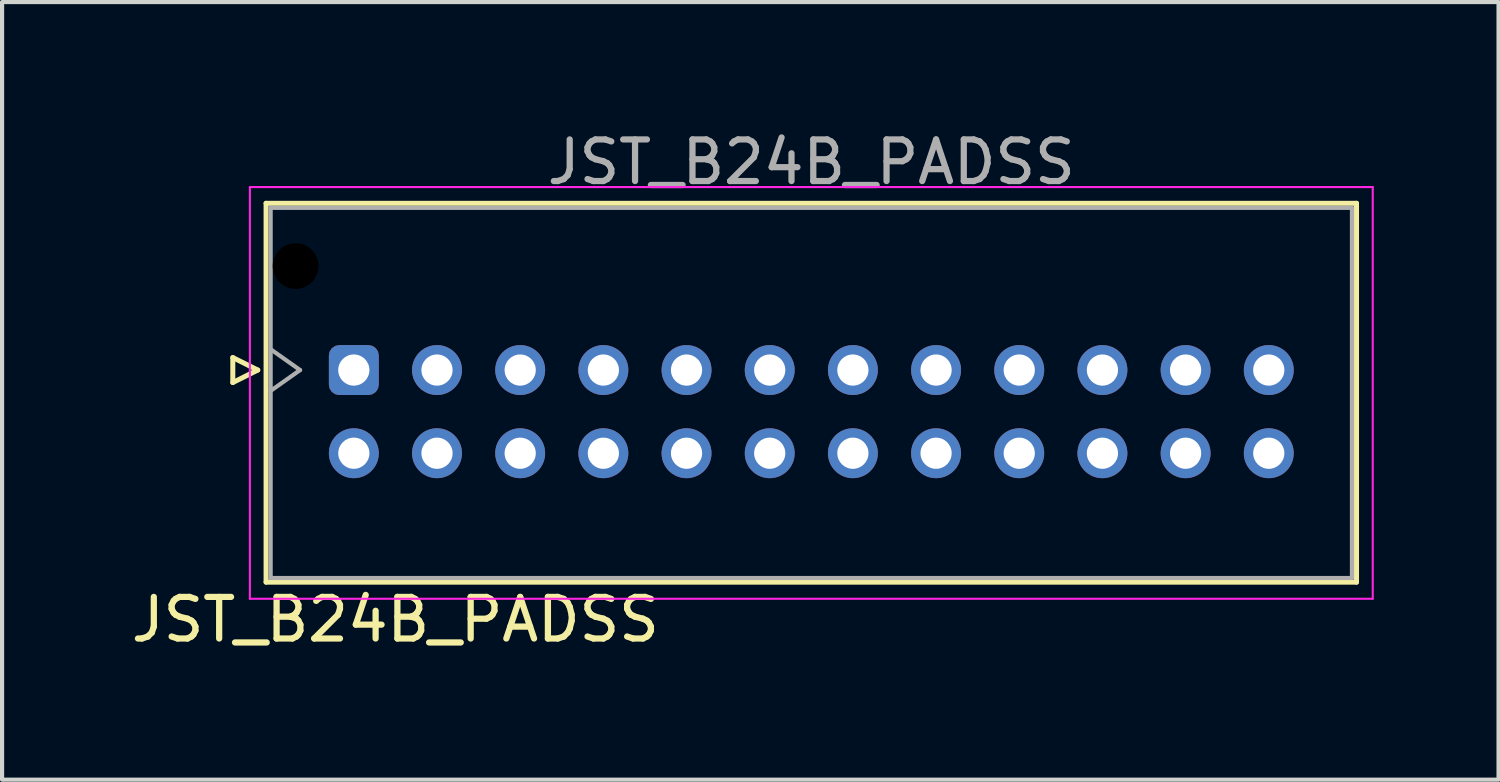
<source format=kicad_pcb>
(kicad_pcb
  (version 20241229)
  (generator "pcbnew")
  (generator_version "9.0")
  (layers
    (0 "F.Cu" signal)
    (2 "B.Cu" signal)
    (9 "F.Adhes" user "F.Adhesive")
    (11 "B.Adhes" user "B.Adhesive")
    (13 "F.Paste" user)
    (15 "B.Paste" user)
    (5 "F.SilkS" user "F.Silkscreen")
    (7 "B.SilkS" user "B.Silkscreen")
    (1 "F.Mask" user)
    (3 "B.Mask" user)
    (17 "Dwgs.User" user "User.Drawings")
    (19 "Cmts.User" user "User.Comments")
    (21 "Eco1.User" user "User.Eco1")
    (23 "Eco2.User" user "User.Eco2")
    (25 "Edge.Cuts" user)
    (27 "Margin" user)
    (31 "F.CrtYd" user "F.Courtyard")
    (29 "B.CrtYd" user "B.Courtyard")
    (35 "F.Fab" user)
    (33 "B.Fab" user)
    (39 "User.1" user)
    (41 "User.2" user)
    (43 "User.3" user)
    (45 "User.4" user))
  (footprint "JST_B24B_PADSS"
    (layer "F.Cu")
    (at 5.458 5.848)
    (property "Reference" "JST_B24B_PADSS" (at 1 6 0) (unlocked yes) (layer "F.SilkS") (effects (font (size 1 1) (thickness 0.15))))
    (attr smd)
    (fp_line (start -2.91 -0.3) (end -2.31 0) (stroke (width 0.12) (type solid)) (layer "F.SilkS"))
    (fp_line (start -2.91 0.3) (end -2.91 -0.3) (stroke (width 0.12) (type solid)) (layer "F.SilkS"))
    (fp_line (start -2.31 0) (end -2.91 0.3) (stroke (width 0.12) (type solid)) (layer "F.SilkS"))
    (fp_line (start -2.11 -4.01) (end -2.11 5.1) (stroke (width 0.12) (type solid)) (layer "F.SilkS"))
    (fp_line (start -2.11 5.1) (end 24.11 5.1) (stroke (width 0.12) (type solid)) (layer "F.SilkS"))
    (fp_line (start 24.11 -4.01) (end -2.11 -4.01) (stroke (width 0.12) (type solid)) (layer "F.SilkS"))
    (fp_line (start 24.11 5.1) (end 24.11 -4.01) (stroke (width 0.12) (type solid)) (layer "F.SilkS"))
    (fp_line (start -2.5 -4.4) (end -2.5 5.5) (stroke (width 0.05) (type solid)) (layer "F.CrtYd"))
    (fp_line (start -2.5 5.5) (end 24.5 5.5) (stroke (width 0.05) (type solid)) (layer "F.CrtYd"))
    (fp_line (start 24.5 -4.4) (end -2.5 -4.4) (stroke (width 0.05) (type solid)) (layer "F.CrtYd"))
    (fp_line (start 24.5 5.5) (end 24.5 -4.4) (stroke (width 0.05) (type solid)) (layer "F.CrtYd"))
    (fp_line (start -2 -3.9) (end -2 5) (stroke (width 0.1) (type solid)) (layer "F.Fab"))
    (fp_line (start -2 0.5) (end -1.293 0) (stroke (width 0.1) (type solid)) (layer "F.Fab"))
    (fp_line (start -2 5) (end 24 5) (stroke (width 0.1) (type solid)) (layer "F.Fab"))
    (fp_line (start -1.293 0) (end -2 -0.5) (stroke (width 0.1) (type solid)) (layer "F.Fab"))
    (fp_line (start 24 -3.9) (end -2 -3.9) (stroke (width 0.1) (type solid)) (layer "F.Fab"))
    (fp_line (start 24 5) (end 24 -3.9) (stroke (width 0.1) (type solid)) (layer "F.Fab"))
    (fp_text user "${REFERENCE}" (at 11 -5 0) (unlocked yes) (layer "F.Fab") (effects (font (size 1 1) (thickness 0.15))))
    (pad "" np_thru_hole circle (at -1.4 -2.5) (size 1.1 1.1) (drill 1.1) (layers "*.Mask"))
    (pad "1" thru_hole roundrect (at 0 0) (size 1.2 1.2) (drill 0.75) (layers "*.Cu" "*.Mask") (roundrect_rratio 0.208))
    (pad "2" thru_hole circle (at 0 2) (size 1.2 1.2) (drill 0.75) (layers "*.Cu" "*.Mask"))
    (pad "3" thru_hole circle (at 2 0) (size 1.2 1.2) (drill 0.75) (layers "*.Cu" "*.Mask"))
    (pad "4" thru_hole circle (at 2 2) (size 1.2 1.2) (drill 0.75) (layers "*.Cu" "*.Mask"))
    (pad "5" thru_hole circle (at 4 0) (size 1.2 1.2) (drill 0.75) (layers "*.Cu" "*.Mask"))
    (pad "6" thru_hole circle (at 4 2) (size 1.2 1.2) (drill 0.75) (layers "*.Cu" "*.Mask"))
    (pad "7" thru_hole circle (at 6 0) (size 1.2 1.2) (drill 0.75) (layers "*.Cu" "*.Mask"))
    (pad "8" thru_hole circle (at 6 2) (size 1.2 1.2) (drill 0.75) (layers "*.Cu" "*.Mask"))
    (pad "9" thru_hole circle (at 8 0) (size 1.2 1.2) (drill 0.75) (layers "*.Cu" "*.Mask"))
    (pad "10" thru_hole circle (at 8 2) (size 1.2 1.2) (drill 0.75) (layers "*.Cu" "*.Mask"))
    (pad "11" thru_hole circle (at 10 0) (size 1.2 1.2) (drill 0.75) (layers "*.Cu" "*.Mask"))
    (pad "12" thru_hole circle (at 10 2) (size 1.2 1.2) (drill 0.75) (layers "*.Cu" "*.Mask"))
    (pad "13" thru_hole circle (at 12 0) (size 1.2 1.2) (drill 0.75) (layers "*.Cu" "*.Mask"))
    (pad "14" thru_hole circle (at 12 2) (size 1.2 1.2) (drill 0.75) (layers "*.Cu" "*.Mask"))
    (pad "15" thru_hole circle (at 14 0) (size 1.2 1.2) (drill 0.75) (layers "*.Cu" "*.Mask"))
    (pad "16" thru_hole circle (at 14 2) (size 1.2 1.2) (drill 0.75) (layers "*.Cu" "*.Mask"))
    (pad "17" thru_hole circle (at 16 0) (size 1.2 1.2) (drill 0.75) (layers "*.Cu" "*.Mask"))
    (pad "18" thru_hole circle (at 16 2) (size 1.2 1.2) (drill 0.75) (layers "*.Cu" "*.Mask"))
    (pad "19" thru_hole circle (at 18 0) (size 1.2 1.2) (drill 0.75) (layers "*.Cu" "*.Mask"))
    (pad "20" thru_hole circle (at 18 2) (size 1.2 1.2) (drill 0.75) (layers "*.Cu" "*.Mask"))
    (pad "21" thru_hole circle (at 20 0) (size 1.2 1.2) (drill 0.75) (layers "*.Cu" "*.Mask"))
    (pad "22" thru_hole circle (at 20 2) (size 1.2 1.2) (drill 0.75) (layers "*.Cu" "*.Mask"))
    (pad "23" thru_hole circle (at 22 0) (size 1.2 1.2) (drill 0.75) (layers "*.Cu" "*.Mask"))
    (pad "24" thru_hole circle (at 22 2) (size 1.2 1.2) (drill 0.75) (layers "*.Cu" "*.Mask")))
  (gr_rect
    (start -3 -3)
    (end 32.983 15.697)
    (stroke (width 0.1) (type default))
    (fill no)
    (layer "Edge.Cuts")))
</source>
